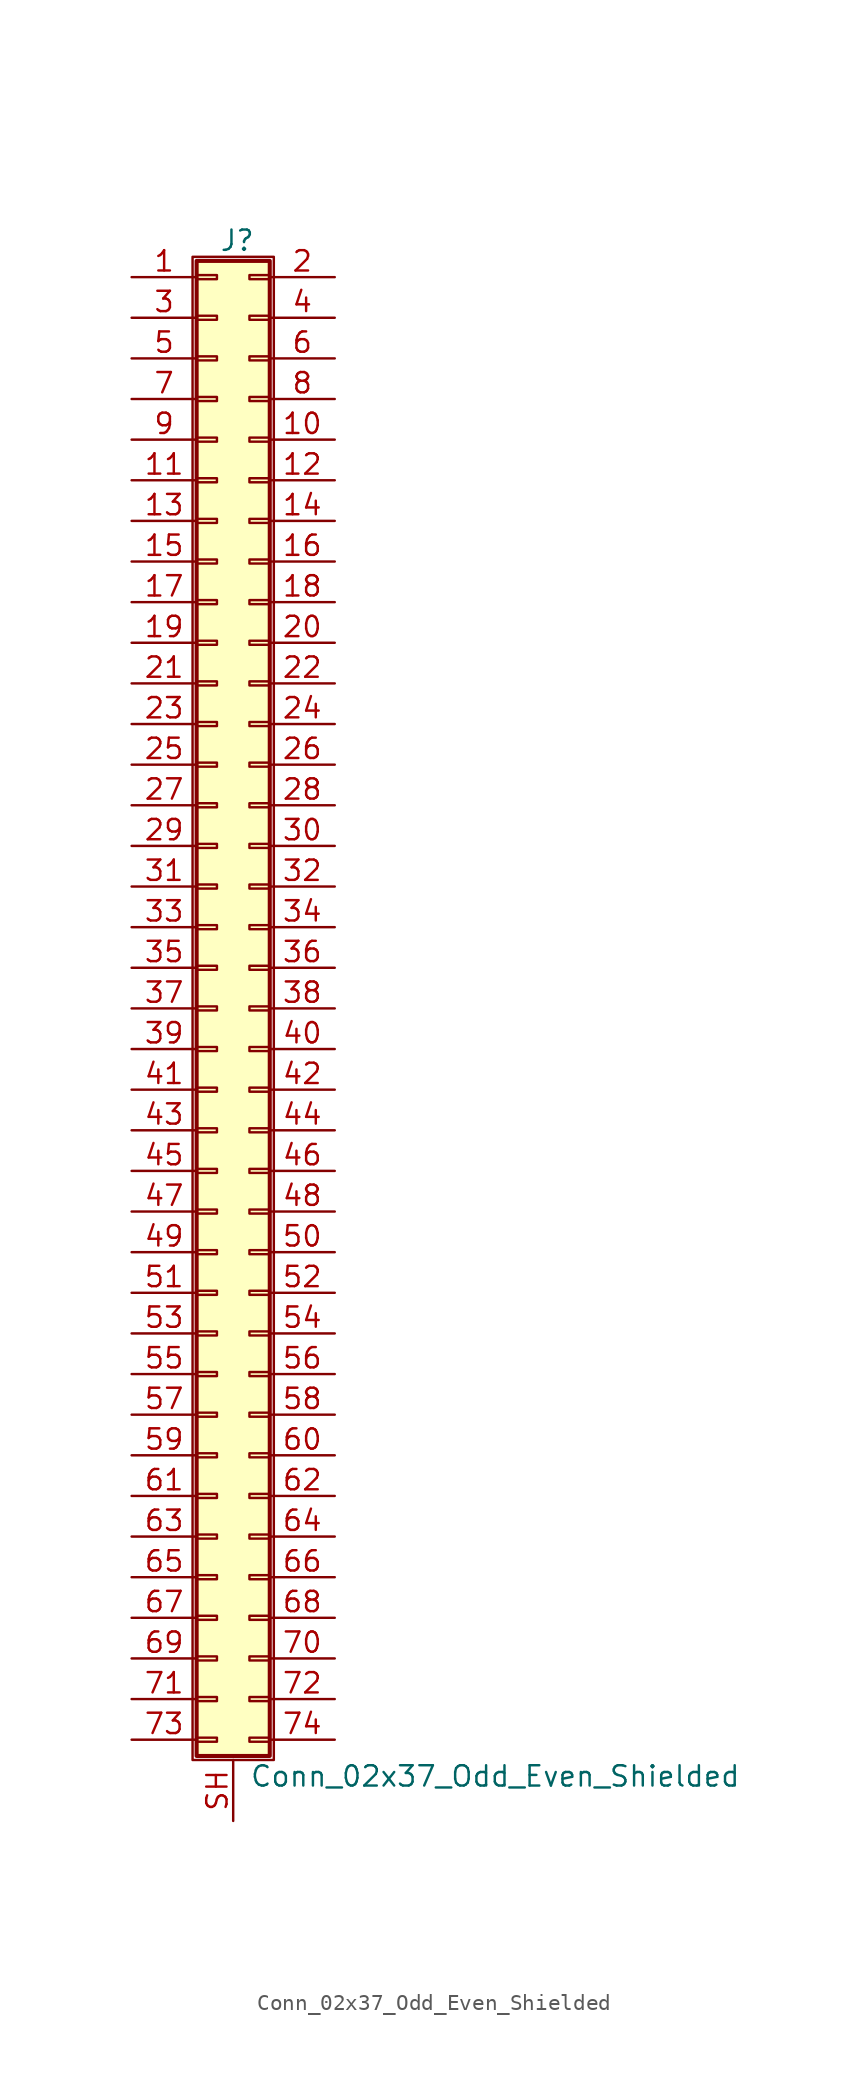
<source format=kicad_sym>
(kicad_symbol_lib
  (version 20201005)
  (generator kicad_symbol_editor)
  (symbol "Connector_Generic_Shielded:Conn_02x37_Odd_Even_Shielded"
    (pin_names
      (offset 1.016) hide)
    (property "Reference" "J"
      (at 1.524 48.006 0)
      (effects (font (size 1.27 1.27))))
    (property "Value" "Conn_02x37_Odd_Even_Shielded"
      (at 2.286 -48.006 0)
      (effects (font (size 1.27 1.27)) (justify left)))
    (symbol "Conn_02x37_Odd_Even_Shielded_1_1"
      (rectangle (start -1.016 -27.813) (end 0.254 -28.067) (stroke (width 0.152)) (fill (type none)))
      (rectangle (start -1.016 -30.353) (end 0.254 -30.607) (stroke (width 0.152)) (fill (type none)))
      (rectangle (start -1.016 -32.893) (end 0.254 -33.147) (stroke (width 0.152)) (fill (type none)))
      (rectangle (start -1.016 -35.433) (end 0.254 -35.687) (stroke (width 0.152)) (fill (type none)))
      (rectangle (start -1.016 -37.973) (end 0.254 -38.227) (stroke (width 0.152)) (fill (type none)))
      (rectangle (start -1.016 -40.513) (end 0.254 -40.767) (stroke (width 0.152)) (fill (type none)))
      (rectangle (start -1.016 -43.053) (end 0.254 -43.307) (stroke (width 0.152)) (fill (type none)))
      (rectangle (start -1.016 -45.593) (end 0.254 -45.847) (stroke (width 0.152)) (fill (type none)))
      (rectangle (start -1.016 -4.953) (end 0.254 -5.207) (stroke (width 0.152)) (fill (type none)))
      (rectangle (start -1.016 -7.493) (end 0.254 -7.747) (stroke (width 0.152)) (fill (type none)))
      (rectangle (start -1.016 -10.033) (end 0.254 -10.287) (stroke (width 0.152)) (fill (type none)))
      (rectangle (start -1.016 -12.573) (end 0.254 -12.827) (stroke (width 0.152)) (fill (type none)))
      (rectangle (start -1.016 -15.113) (end 0.254 -15.367) (stroke (width 0.152)) (fill (type none)))
      (rectangle (start -1.016 -17.653) (end 0.254 -17.907) (stroke (width 0.152)) (fill (type none)))
      (rectangle (start -1.016 -20.193) (end 0.254 -20.447) (stroke (width 0.152)) (fill (type none)))
      (rectangle (start -1.016 -22.733) (end 0.254 -22.987) (stroke (width 0.152)) (fill (type none)))
      (rectangle (start -1.016 -2.413) (end 0.254 -2.667) (stroke (width 0.152)) (fill (type none)))
      (rectangle (start -1.016 -25.273) (end 0.254 -25.527) (stroke (width 0.152)) (fill (type none)))
      (rectangle (start -1.016 25.527) (end 0.254 25.273) (stroke (width 0.152)) (fill (type none)))
      (rectangle (start -1.016 2.667) (end 0.254 2.413) (stroke (width 0.152)) (fill (type none)))
      (rectangle (start -1.016 28.067) (end 0.254 27.813) (stroke (width 0.152)) (fill (type none)))
      (rectangle (start -1.016 30.607) (end 0.254 30.353) (stroke (width 0.152)) (fill (type none)))
      (rectangle (start -1.016 33.147) (end 0.254 32.893) (stroke (width 0.152)) (fill (type none)))
      (rectangle (start -1.016 35.687) (end 0.254 35.433) (stroke (width 0.152)) (fill (type none)))
      (rectangle (start -1.016 38.227) (end 0.254 37.973) (stroke (width 0.152)) (fill (type none)))
      (rectangle (start -1.016 40.767) (end 0.254 40.513) (stroke (width 0.152)) (fill (type none)))
      (rectangle (start -1.016 43.307) (end 0.254 43.053) (stroke (width 0.152)) (fill (type none)))
      (rectangle (start -1.016 45.847) (end 0.254 45.593) (stroke (width 0.152)) (fill (type none)))
      (rectangle (start -1.016 46.736) (end 3.556 -46.736) (stroke (width 0.254)) (fill (type background)))
      (rectangle (start -1.016 5.207) (end 0.254 4.953) (stroke (width 0.152)) (fill (type none)))
      (rectangle (start -1.016 7.747) (end 0.254 7.493) (stroke (width 0.152)) (fill (type none)))
      (rectangle (start -1.016 10.287) (end 0.254 10.033) (stroke (width 0.152)) (fill (type none)))
      (rectangle (start -1.016 0.127) (end 0.254 -0.127) (stroke (width 0.152)) (fill (type none)))
      (rectangle (start -1.016 12.827) (end 0.254 12.573) (stroke (width 0.152)) (fill (type none)))
      (rectangle (start -1.016 15.367) (end 0.254 15.113) (stroke (width 0.152)) (fill (type none)))
      (rectangle (start -1.016 17.907) (end 0.254 17.653) (stroke (width 0.152)) (fill (type none)))
      (rectangle (start -1.016 20.447) (end 0.254 20.193) (stroke (width 0.152)) (fill (type none)))
      (rectangle (start -1.016 22.987) (end 0.254 22.733) (stroke (width 0.152)) (fill (type none)))
      (rectangle (start -1.27 46.99) (end 3.81 -46.99) (stroke (width 0.152)) (fill (type none)))
      (rectangle (start 3.556 -27.813) (end 2.286 -28.067) (stroke (width 0.152)) (fill (type none)))
      (rectangle (start 3.556 -30.353) (end 2.286 -30.607) (stroke (width 0.152)) (fill (type none)))
      (rectangle (start 3.556 -32.893) (end 2.286 -33.147) (stroke (width 0.152)) (fill (type none)))
      (rectangle (start 3.556 -35.433) (end 2.286 -35.687) (stroke (width 0.152)) (fill (type none)))
      (rectangle (start 3.556 -37.973) (end 2.286 -38.227) (stroke (width 0.152)) (fill (type none)))
      (rectangle (start 3.556 -40.513) (end 2.286 -40.767) (stroke (width 0.152)) (fill (type none)))
      (rectangle (start 3.556 -43.053) (end 2.286 -43.307) (stroke (width 0.152)) (fill (type none)))
      (rectangle (start 3.556 -45.593) (end 2.286 -45.847) (stroke (width 0.152)) (fill (type none)))
      (rectangle (start 3.556 -4.953) (end 2.286 -5.207) (stroke (width 0.152)) (fill (type none)))
      (rectangle (start 3.556 -7.493) (end 2.286 -7.747) (stroke (width 0.152)) (fill (type none)))
      (rectangle (start 3.556 -10.033) (end 2.286 -10.287) (stroke (width 0.152)) (fill (type none)))
      (rectangle (start 3.556 -12.573) (end 2.286 -12.827) (stroke (width 0.152)) (fill (type none)))
      (rectangle (start 3.556 -15.113) (end 2.286 -15.367) (stroke (width 0.152)) (fill (type none)))
      (rectangle (start 3.556 -17.653) (end 2.286 -17.907) (stroke (width 0.152)) (fill (type none)))
      (rectangle (start 3.556 -20.193) (end 2.286 -20.447) (stroke (width 0.152)) (fill (type none)))
      (rectangle (start 3.556 -22.733) (end 2.286 -22.987) (stroke (width 0.152)) (fill (type none)))
      (rectangle (start 3.556 -2.413) (end 2.286 -2.667) (stroke (width 0.152)) (fill (type none)))
      (rectangle (start 3.556 -25.273) (end 2.286 -25.527) (stroke (width 0.152)) (fill (type none)))
      (rectangle (start 3.556 25.527) (end 2.286 25.273) (stroke (width 0.152)) (fill (type none)))
      (rectangle (start 3.556 2.667) (end 2.286 2.413) (stroke (width 0.152)) (fill (type none)))
      (rectangle (start 3.556 28.067) (end 2.286 27.813) (stroke (width 0.152)) (fill (type none)))
      (rectangle (start 3.556 30.607) (end 2.286 30.353) (stroke (width 0.152)) (fill (type none)))
      (rectangle (start 3.556 33.147) (end 2.286 32.893) (stroke (width 0.152)) (fill (type none)))
      (rectangle (start 3.556 35.687) (end 2.286 35.433) (stroke (width 0.152)) (fill (type none)))
      (rectangle (start 3.556 38.227) (end 2.286 37.973) (stroke (width 0.152)) (fill (type none)))
      (rectangle (start 3.556 40.767) (end 2.286 40.513) (stroke (width 0.152)) (fill (type none)))
      (rectangle (start 3.556 43.307) (end 2.286 43.053) (stroke (width 0.152)) (fill (type none)))
      (rectangle (start 3.556 45.847) (end 2.286 45.593) (stroke (width 0.152)) (fill (type none)))
      (rectangle (start 3.556 5.207) (end 2.286 4.953) (stroke (width 0.152)) (fill (type none)))
      (rectangle (start 3.556 7.747) (end 2.286 7.493) (stroke (width 0.152)) (fill (type none)))
      (rectangle (start 3.556 10.287) (end 2.286 10.033) (stroke (width 0.152)) (fill (type none)))
      (rectangle (start 3.556 0.127) (end 2.286 -0.127) (stroke (width 0.152)) (fill (type none)))
      (rectangle (start 3.556 12.827) (end 2.286 12.573) (stroke (width 0.152)) (fill (type none)))
      (rectangle (start 3.556 15.367) (end 2.286 15.113) (stroke (width 0.152)) (fill (type none)))
      (rectangle (start 3.556 17.907) (end 2.286 17.653) (stroke (width 0.152)) (fill (type none)))
      (rectangle (start 3.556 20.447) (end 2.286 20.193) (stroke (width 0.152)) (fill (type none)))
      (rectangle (start 3.556 22.987) (end 2.286 22.733) (stroke (width 0.152)) (fill (type none)))
      (pin passive line (at -5.08 45.72 0) (length 4.064) (name "Pin_1" (effects (font (size 1.27 1.27)))) (number "1" (effects (font (size 1.27 1.27)))))
      (pin passive line (at 7.62 35.56 180) (length 4.064) (name "Pin_10" (effects (font (size 1.27 1.27)))) (number "10" (effects (font (size 1.27 1.27)))))
      (pin passive line (at -5.08 33.02 0) (length 4.064) (name "Pin_11" (effects (font (size 1.27 1.27)))) (number "11" (effects (font (size 1.27 1.27)))))
      (pin passive line (at 7.62 33.02 180) (length 4.064) (name "Pin_12" (effects (font (size 1.27 1.27)))) (number "12" (effects (font (size 1.27 1.27)))))
      (pin passive line (at -5.08 30.48 0) (length 4.064) (name "Pin_13" (effects (font (size 1.27 1.27)))) (number "13" (effects (font (size 1.27 1.27)))))
      (pin passive line (at 7.62 30.48 180) (length 4.064) (name "Pin_14" (effects (font (size 1.27 1.27)))) (number "14" (effects (font (size 1.27 1.27)))))
      (pin passive line (at -5.08 27.94 0) (length 4.064) (name "Pin_15" (effects (font (size 1.27 1.27)))) (number "15" (effects (font (size 1.27 1.27)))))
      (pin passive line (at 7.62 27.94 180) (length 4.064) (name "Pin_16" (effects (font (size 1.27 1.27)))) (number "16" (effects (font (size 1.27 1.27)))))
      (pin passive line (at -5.08 25.4 0) (length 4.064) (name "Pin_17" (effects (font (size 1.27 1.27)))) (number "17" (effects (font (size 1.27 1.27)))))
      (pin passive line (at 7.62 25.4 180) (length 4.064) (name "Pin_18" (effects (font (size 1.27 1.27)))) (number "18" (effects (font (size 1.27 1.27)))))
      (pin passive line (at -5.08 22.86 0) (length 4.064) (name "Pin_19" (effects (font (size 1.27 1.27)))) (number "19" (effects (font (size 1.27 1.27)))))
      (pin passive line (at 7.62 45.72 180) (length 4.064) (name "Pin_2" (effects (font (size 1.27 1.27)))) (number "2" (effects (font (size 1.27 1.27)))))
      (pin passive line (at 7.62 22.86 180) (length 4.064) (name "Pin_20" (effects (font (size 1.27 1.27)))) (number "20" (effects (font (size 1.27 1.27)))))
      (pin passive line (at -5.08 20.32 0) (length 4.064) (name "Pin_21" (effects (font (size 1.27 1.27)))) (number "21" (effects (font (size 1.27 1.27)))))
      (pin passive line (at 7.62 20.32 180) (length 4.064) (name "Pin_22" (effects (font (size 1.27 1.27)))) (number "22" (effects (font (size 1.27 1.27)))))
      (pin passive line (at -5.08 17.78 0) (length 4.064) (name "Pin_23" (effects (font (size 1.27 1.27)))) (number "23" (effects (font (size 1.27 1.27)))))
      (pin passive line (at 7.62 17.78 180) (length 4.064) (name "Pin_24" (effects (font (size 1.27 1.27)))) (number "24" (effects (font (size 1.27 1.27)))))
      (pin passive line (at -5.08 15.24 0) (length 4.064) (name "Pin_25" (effects (font (size 1.27 1.27)))) (number "25" (effects (font (size 1.27 1.27)))))
      (pin passive line (at 7.62 15.24 180) (length 4.064) (name "Pin_26" (effects (font (size 1.27 1.27)))) (number "26" (effects (font (size 1.27 1.27)))))
      (pin passive line (at -5.08 12.7 0) (length 4.064) (name "Pin_27" (effects (font (size 1.27 1.27)))) (number "27" (effects (font (size 1.27 1.27)))))
      (pin passive line (at 7.62 12.7 180) (length 4.064) (name "Pin_28" (effects (font (size 1.27 1.27)))) (number "28" (effects (font (size 1.27 1.27)))))
      (pin passive line (at -5.08 10.16 0) (length 4.064) (name "Pin_29" (effects (font (size 1.27 1.27)))) (number "29" (effects (font (size 1.27 1.27)))))
      (pin passive line (at -5.08 43.18 0) (length 4.064) (name "Pin_3" (effects (font (size 1.27 1.27)))) (number "3" (effects (font (size 1.27 1.27)))))
      (pin passive line (at 7.62 10.16 180) (length 4.064) (name "Pin_30" (effects (font (size 1.27 1.27)))) (number "30" (effects (font (size 1.27 1.27)))))
      (pin passive line (at -5.08 7.62 0) (length 4.064) (name "Pin_31" (effects (font (size 1.27 1.27)))) (number "31" (effects (font (size 1.27 1.27)))))
      (pin passive line (at 7.62 7.62 180) (length 4.064) (name "Pin_32" (effects (font (size 1.27 1.27)))) (number "32" (effects (font (size 1.27 1.27)))))
      (pin passive line (at -5.08 5.08 0) (length 4.064) (name "Pin_33" (effects (font (size 1.27 1.27)))) (number "33" (effects (font (size 1.27 1.27)))))
      (pin passive line (at 7.62 5.08 180) (length 4.064) (name "Pin_34" (effects (font (size 1.27 1.27)))) (number "34" (effects (font (size 1.27 1.27)))))
      (pin passive line (at -5.08 2.54 0) (length 4.064) (name "Pin_35" (effects (font (size 1.27 1.27)))) (number "35" (effects (font (size 1.27 1.27)))))
      (pin passive line (at 7.62 2.54 180) (length 4.064) (name "Pin_36" (effects (font (size 1.27 1.27)))) (number "36" (effects (font (size 1.27 1.27)))))
      (pin passive line (at -5.08 0 0) (length 4.064) (name "Pin_37" (effects (font (size 1.27 1.27)))) (number "37" (effects (font (size 1.27 1.27)))))
      (pin passive line (at 7.62 0 180) (length 4.064) (name "Pin_38" (effects (font (size 1.27 1.27)))) (number "38" (effects (font (size 1.27 1.27)))))
      (pin passive line (at -5.08 -2.54 0) (length 4.064) (name "Pin_39" (effects (font (size 1.27 1.27)))) (number "39" (effects (font (size 1.27 1.27)))))
      (pin passive line (at 7.62 43.18 180) (length 4.064) (name "Pin_4" (effects (font (size 1.27 1.27)))) (number "4" (effects (font (size 1.27 1.27)))))
      (pin passive line (at 7.62 -2.54 180) (length 4.064) (name "Pin_40" (effects (font (size 1.27 1.27)))) (number "40" (effects (font (size 1.27 1.27)))))
      (pin passive line (at -5.08 -5.08 0) (length 4.064) (name "Pin_41" (effects (font (size 1.27 1.27)))) (number "41" (effects (font (size 1.27 1.27)))))
      (pin passive line (at 7.62 -5.08 180) (length 4.064) (name "Pin_42" (effects (font (size 1.27 1.27)))) (number "42" (effects (font (size 1.27 1.27)))))
      (pin passive line (at -5.08 -7.62 0) (length 4.064) (name "Pin_43" (effects (font (size 1.27 1.27)))) (number "43" (effects (font (size 1.27 1.27)))))
      (pin passive line (at 7.62 -7.62 180) (length 4.064) (name "Pin_44" (effects (font (size 1.27 1.27)))) (number "44" (effects (font (size 1.27 1.27)))))
      (pin passive line (at -5.08 -10.16 0) (length 4.064) (name "Pin_45" (effects (font (size 1.27 1.27)))) (number "45" (effects (font (size 1.27 1.27)))))
      (pin passive line (at 7.62 -10.16 180) (length 4.064) (name "Pin_46" (effects (font (size 1.27 1.27)))) (number "46" (effects (font (size 1.27 1.27)))))
      (pin passive line (at -5.08 -12.7 0) (length 4.064) (name "Pin_47" (effects (font (size 1.27 1.27)))) (number "47" (effects (font (size 1.27 1.27)))))
      (pin passive line (at 7.62 -12.7 180) (length 4.064) (name "Pin_48" (effects (font (size 1.27 1.27)))) (number "48" (effects (font (size 1.27 1.27)))))
      (pin passive line (at -5.08 -15.24 0) (length 4.064) (name "Pin_49" (effects (font (size 1.27 1.27)))) (number "49" (effects (font (size 1.27 1.27)))))
      (pin passive line (at -5.08 40.64 0) (length 4.064) (name "Pin_5" (effects (font (size 1.27 1.27)))) (number "5" (effects (font (size 1.27 1.27)))))
      (pin passive line (at 7.62 -15.24 180) (length 4.064) (name "Pin_50" (effects (font (size 1.27 1.27)))) (number "50" (effects (font (size 1.27 1.27)))))
      (pin passive line (at -5.08 -17.78 0) (length 4.064) (name "Pin_51" (effects (font (size 1.27 1.27)))) (number "51" (effects (font (size 1.27 1.27)))))
      (pin passive line (at 7.62 -17.78 180) (length 4.064) (name "Pin_52" (effects (font (size 1.27 1.27)))) (number "52" (effects (font (size 1.27 1.27)))))
      (pin passive line (at -5.08 -20.32 0) (length 4.064) (name "Pin_53" (effects (font (size 1.27 1.27)))) (number "53" (effects (font (size 1.27 1.27)))))
      (pin passive line (at 7.62 -20.32 180) (length 4.064) (name "Pin_54" (effects (font (size 1.27 1.27)))) (number "54" (effects (font (size 1.27 1.27)))))
      (pin passive line (at -5.08 -22.86 0) (length 4.064) (name "Pin_55" (effects (font (size 1.27 1.27)))) (number "55" (effects (font (size 1.27 1.27)))))
      (pin passive line (at 7.62 -22.86 180) (length 4.064) (name "Pin_56" (effects (font (size 1.27 1.27)))) (number "56" (effects (font (size 1.27 1.27)))))
      (pin passive line (at -5.08 -25.4 0) (length 4.064) (name "Pin_57" (effects (font (size 1.27 1.27)))) (number "57" (effects (font (size 1.27 1.27)))))
      (pin passive line (at 7.62 -25.4 180) (length 4.064) (name "Pin_58" (effects (font (size 1.27 1.27)))) (number "58" (effects (font (size 1.27 1.27)))))
      (pin passive line (at -5.08 -27.94 0) (length 4.064) (name "Pin_59" (effects (font (size 1.27 1.27)))) (number "59" (effects (font (size 1.27 1.27)))))
      (pin passive line (at 7.62 40.64 180) (length 4.064) (name "Pin_6" (effects (font (size 1.27 1.27)))) (number "6" (effects (font (size 1.27 1.27)))))
      (pin passive line (at 7.62 -27.94 180) (length 4.064) (name "Pin_60" (effects (font (size 1.27 1.27)))) (number "60" (effects (font (size 1.27 1.27)))))
      (pin passive line (at -5.08 -30.48 0) (length 4.064) (name "Pin_61" (effects (font (size 1.27 1.27)))) (number "61" (effects (font (size 1.27 1.27)))))
      (pin passive line (at 7.62 -30.48 180) (length 4.064) (name "Pin_62" (effects (font (size 1.27 1.27)))) (number "62" (effects (font (size 1.27 1.27)))))
      (pin passive line (at -5.08 -33.02 0) (length 4.064) (name "Pin_63" (effects (font (size 1.27 1.27)))) (number "63" (effects (font (size 1.27 1.27)))))
      (pin passive line (at 7.62 -33.02 180) (length 4.064) (name "Pin_64" (effects (font (size 1.27 1.27)))) (number "64" (effects (font (size 1.27 1.27)))))
      (pin passive line (at -5.08 -35.56 0) (length 4.064) (name "Pin_65" (effects (font (size 1.27 1.27)))) (number "65" (effects (font (size 1.27 1.27)))))
      (pin passive line (at 7.62 -35.56 180) (length 4.064) (name "Pin_66" (effects (font (size 1.27 1.27)))) (number "66" (effects (font (size 1.27 1.27)))))
      (pin passive line (at -5.08 -38.1 0) (length 4.064) (name "Pin_67" (effects (font (size 1.27 1.27)))) (number "67" (effects (font (size 1.27 1.27)))))
      (pin passive line (at 7.62 -38.1 180) (length 4.064) (name "Pin_68" (effects (font (size 1.27 1.27)))) (number "68" (effects (font (size 1.27 1.27)))))
      (pin passive line (at -5.08 -40.64 0) (length 4.064) (name "Pin_69" (effects (font (size 1.27 1.27)))) (number "69" (effects (font (size 1.27 1.27)))))
      (pin passive line (at -5.08 38.1 0) (length 4.064) (name "Pin_7" (effects (font (size 1.27 1.27)))) (number "7" (effects (font (size 1.27 1.27)))))
      (pin passive line (at 7.62 -40.64 180) (length 4.064) (name "Pin_70" (effects (font (size 1.27 1.27)))) (number "70" (effects (font (size 1.27 1.27)))))
      (pin passive line (at -5.08 -43.18 0) (length 4.064) (name "Pin_71" (effects (font (size 1.27 1.27)))) (number "71" (effects (font (size 1.27 1.27)))))
      (pin passive line (at 7.62 -43.18 180) (length 4.064) (name "Pin_72" (effects (font (size 1.27 1.27)))) (number "72" (effects (font (size 1.27 1.27)))))
      (pin passive line (at -5.08 -45.72 0) (length 4.064) (name "Pin_73" (effects (font (size 1.27 1.27)))) (number "73" (effects (font (size 1.27 1.27)))))
      (pin passive line (at 7.62 -45.72 180) (length 4.064) (name "Pin_74" (effects (font (size 1.27 1.27)))) (number "74" (effects (font (size 1.27 1.27)))))
      (pin passive line (at 7.62 38.1 180) (length 4.064) (name "Pin_8" (effects (font (size 1.27 1.27)))) (number "8" (effects (font (size 1.27 1.27)))))
      (pin passive line (at -5.08 35.56 0) (length 4.064) (name "Pin_9" (effects (font (size 1.27 1.27)))) (number "9" (effects (font (size 1.27 1.27)))))
      (pin passive line (at 1.27 -50.8 90) (length 3.81) (name "Shield" (effects (font (size 1.27 1.27)))) (number "SH" (effects (font (size 1.27 1.27))))))))
</source>
